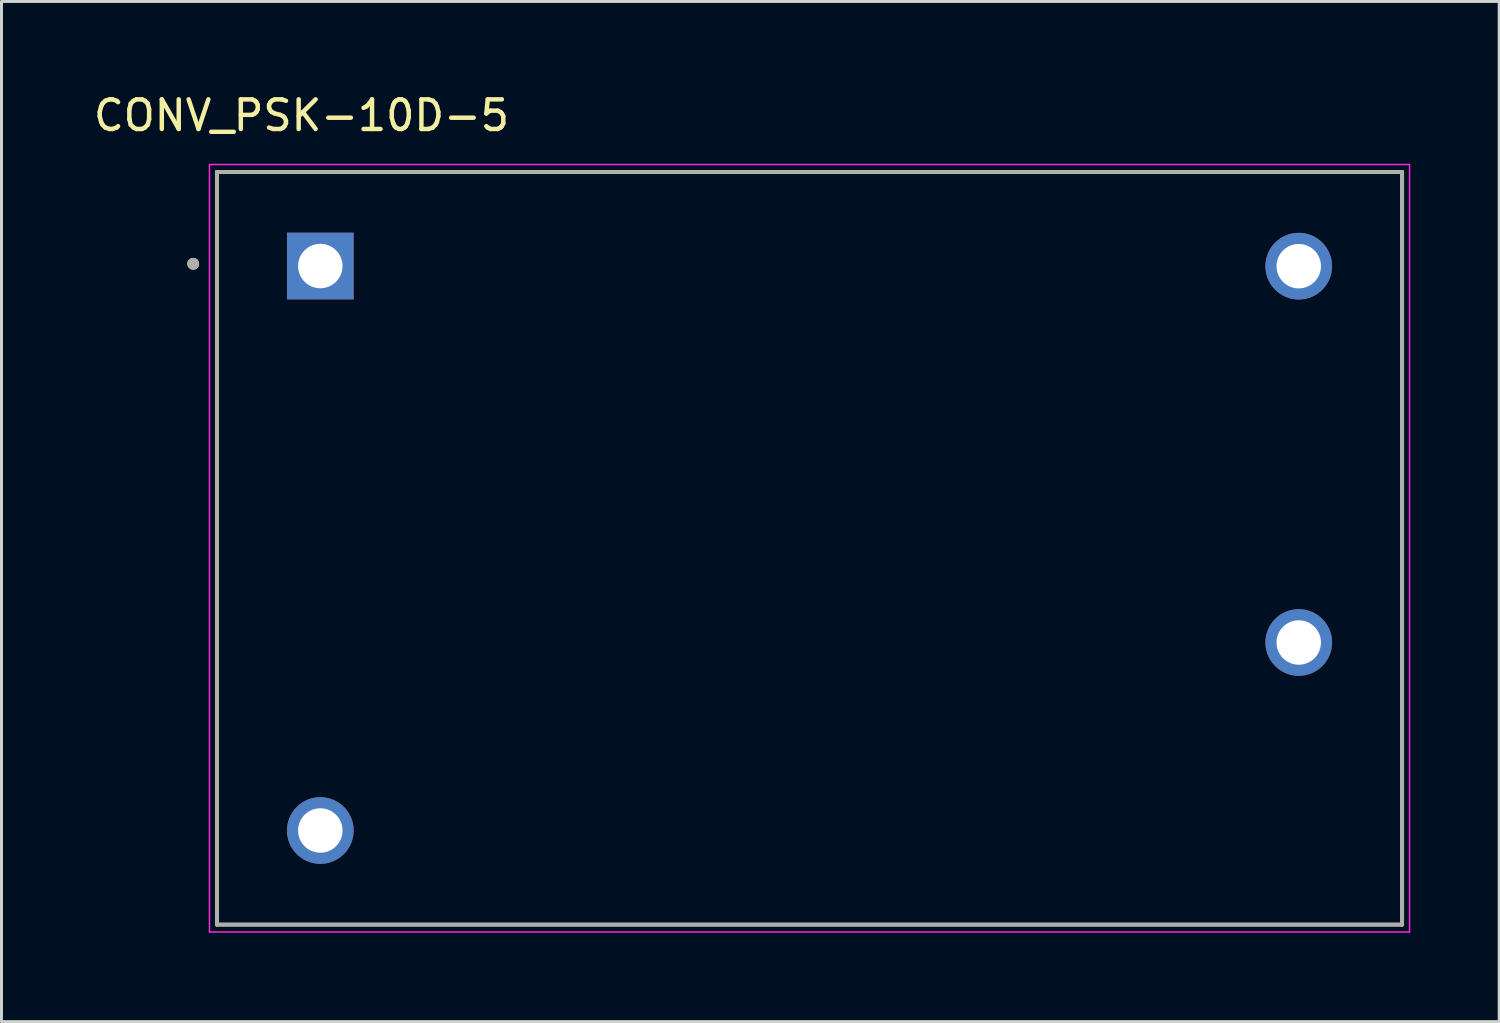
<source format=kicad_pcb>
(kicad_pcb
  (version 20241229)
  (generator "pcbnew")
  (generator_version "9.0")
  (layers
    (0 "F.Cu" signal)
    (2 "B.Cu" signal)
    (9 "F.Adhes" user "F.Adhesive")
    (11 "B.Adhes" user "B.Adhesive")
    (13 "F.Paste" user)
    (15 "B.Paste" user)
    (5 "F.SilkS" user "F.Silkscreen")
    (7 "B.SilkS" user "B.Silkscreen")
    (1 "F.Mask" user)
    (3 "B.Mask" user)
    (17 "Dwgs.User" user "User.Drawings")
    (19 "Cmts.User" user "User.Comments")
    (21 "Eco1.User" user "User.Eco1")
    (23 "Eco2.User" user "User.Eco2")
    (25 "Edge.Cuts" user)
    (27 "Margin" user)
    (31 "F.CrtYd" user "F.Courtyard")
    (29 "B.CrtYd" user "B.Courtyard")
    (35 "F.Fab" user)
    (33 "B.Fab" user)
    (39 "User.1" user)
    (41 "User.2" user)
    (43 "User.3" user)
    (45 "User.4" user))
  (footprint "CONV_PSK-10D-5"
    (layer "F.Cu")
    (at 24.27 15.453)
    (property "Reference" "CONV_PSK-10D-5" (at -17.145 -14.605 0) (layer "F.SilkS") (effects (font (size 1 1) (thickness 0.15))))
    (attr through_hole)
    (fp_line (start -20 -12.7) (end 20 -12.7) (stroke (width 0.127) (type solid)) (layer "F.SilkS"))
    (fp_line (start -20 12.7) (end -20 -12.7) (stroke (width 0.127) (type solid)) (layer "F.SilkS"))
    (fp_line (start 20 -12.7) (end 20 12.7) (stroke (width 0.127) (type solid)) (layer "F.SilkS"))
    (fp_line (start 20 12.7) (end -20 12.7) (stroke (width 0.127) (type solid)) (layer "F.SilkS"))
    (fp_circle (center -20.8 -9.6) (end -20.7 -9.6) (stroke (width 0.2) (type solid)) (fill no) (layer "F.SilkS"))
    (fp_line (start -20.25 -12.95) (end 20.25 -12.95) (stroke (width 0.05) (type solid)) (layer "F.CrtYd"))
    (fp_line (start -20.25 12.95) (end -20.25 -12.95) (stroke (width 0.05) (type solid)) (layer "F.CrtYd"))
    (fp_line (start 20.25 -12.95) (end 20.25 12.95) (stroke (width 0.05) (type solid)) (layer "F.CrtYd"))
    (fp_line (start 20.25 12.95) (end -20.25 12.95) (stroke (width 0.05) (type solid)) (layer "F.CrtYd"))
    (fp_line (start -20 -12.7) (end 20 -12.7) (stroke (width 0.127) (type solid)) (layer "F.Fab"))
    (fp_line (start -20 12.7) (end -20 -12.7) (stroke (width 0.127) (type solid)) (layer "F.Fab"))
    (fp_line (start 20 -12.7) (end 20 12.7) (stroke (width 0.127) (type solid)) (layer "F.Fab"))
    (fp_line (start 20 12.7) (end -20 12.7) (stroke (width 0.127) (type solid)) (layer "F.Fab"))
    (fp_circle (center -20.8 -9.6) (end -20.7 -9.6) (stroke (width 0.2) (type solid)) (fill no) (layer "F.Fab"))
    (pad "1" thru_hole rect (at -16.51 -9.525) (size 2.25 2.25) (drill 1.5) (layers "*.Cu" "*.Mask"))
    (pad "2" thru_hole circle (at -16.51 9.525) (size 2.25 2.25) (drill 1.5) (layers "*.Cu" "*.Mask"))
    (pad "4" thru_hole circle (at 16.51 3.18) (size 2.25 2.25) (drill 1.5) (layers "*.Cu" "*.Mask"))
    (pad "6" thru_hole circle (at 16.51 -9.52) (size 2.25 2.25) (drill 1.5) (layers "*.Cu" "*.Mask")))
  (gr_rect
    (start -3 -3)
    (end 47.545 31.428)
    (stroke (width 0.1) (type default))
    (fill no)
    (layer "Edge.Cuts")))
</source>
